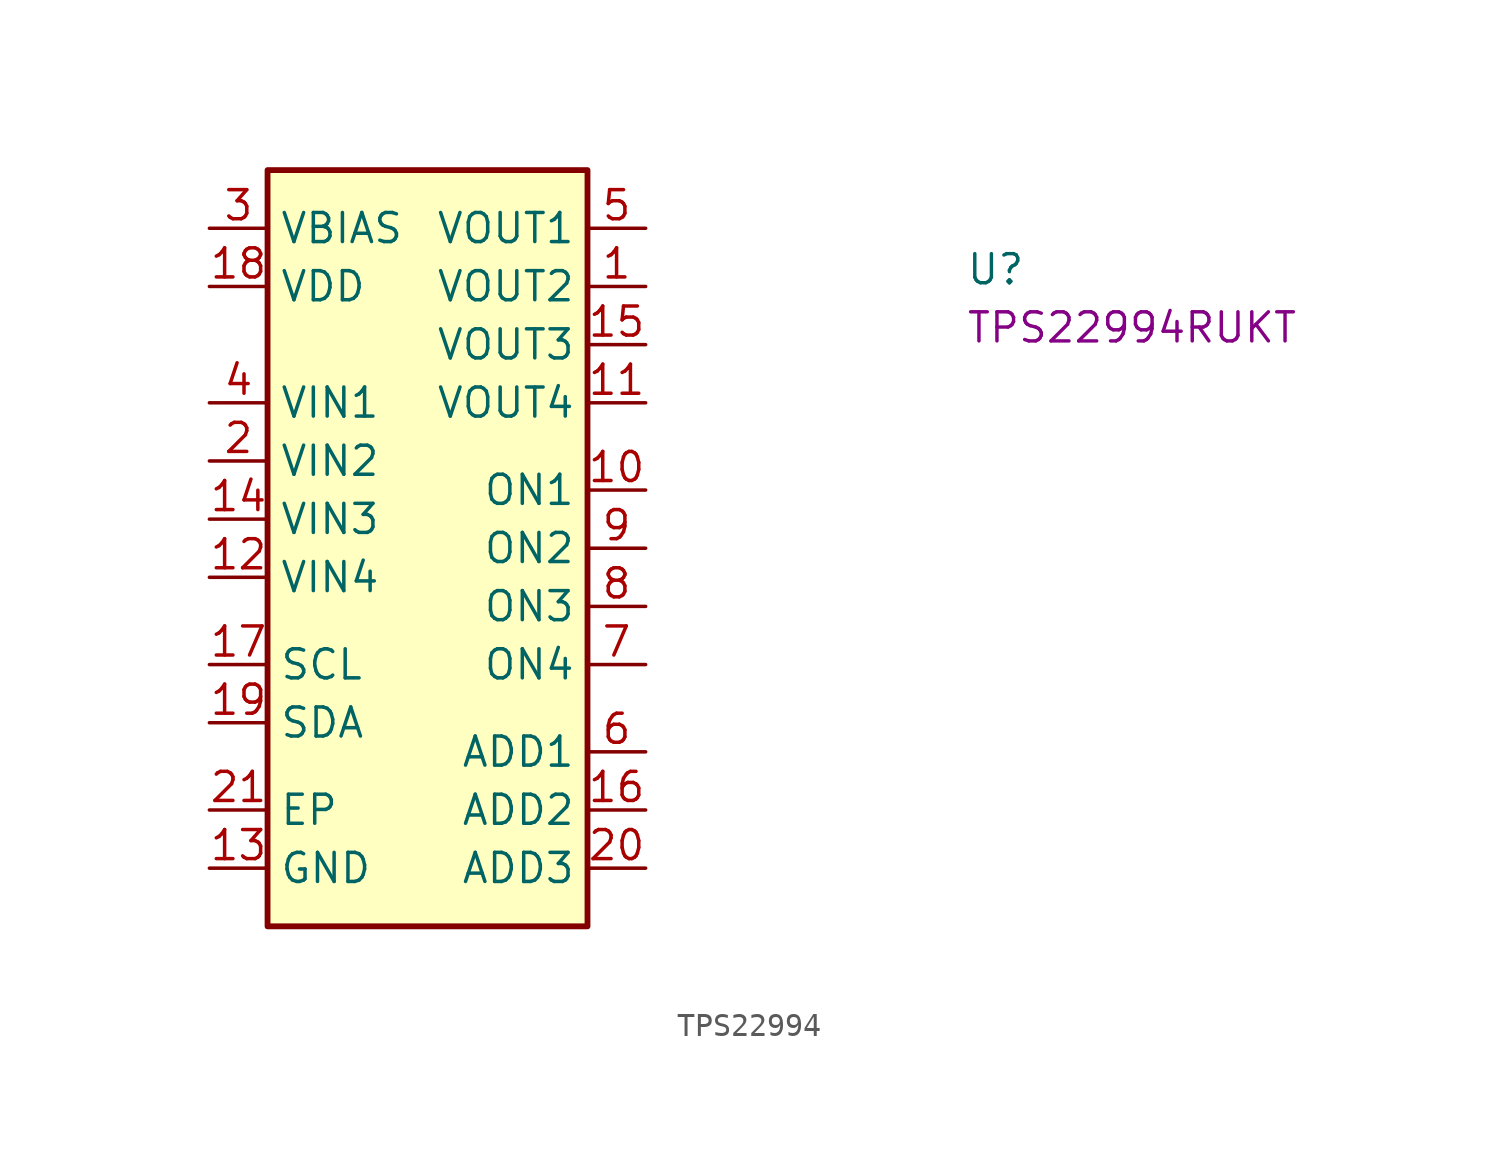
<source format=kicad_sym>
(kicad_symbol_lib
  (version 20220914)
  (generator kicad_symbol_editor)
  (symbol "TPS22994"
    (property "Reference" "U"
      (at 33.02 -2.54 0)
      (effects (font (size 1.27 1.27) (thickness 0.15)) (justify left bottom)))
    (property "MPN" "TPS22994RUKT"
      (at 33.02 -5.08 0)
      (effects (font (size 1.27 1.27) (thickness 0.15)) (justify left bottom)))
    (symbol "TPS22994_1_1"
      (rectangle (start 2.54 2.54) (end 16.51 -30.48) (stroke (width 0.254) (type default)) (fill (type background)))
      (pin power_out line (at 19.05 -2.54 180) (length 2.54) (name "VOUT2" (effects (font (size 1.27 1.27)))) (number "1" (effects (font (size 1.27 1.27)))))
      (pin input line (at 19.05 -11.43 180) (length 2.54) (name "ON1" (effects (font (size 1.27 1.27)))) (number "10" (effects (font (size 1.27 1.27)))))
      (pin power_out line (at 19.05 -7.62 180) (length 2.54) (name "VOUT4" (effects (font (size 1.27 1.27)))) (number "11" (effects (font (size 1.27 1.27)))))
      (pin power_in line (at 0 -15.24 0) (length 2.54) (name "VIN4" (effects (font (size 1.27 1.27)))) (number "12" (effects (font (size 1.27 1.27)))))
      (pin power_in line (at 0 -27.94 0) (length 2.54) (name "GND" (effects (font (size 1.27 1.27)))) (number "13" (effects (font (size 1.27 1.27)))))
      (pin power_in line (at 0 -12.7 0) (length 2.54) (name "VIN3" (effects (font (size 1.27 1.27)))) (number "14" (effects (font (size 1.27 1.27)))))
      (pin power_out line (at 19.05 -5.08 180) (length 2.54) (name "VOUT3" (effects (font (size 1.27 1.27)))) (number "15" (effects (font (size 1.27 1.27)))))
      (pin input line (at 19.05 -25.4 180) (length 2.54) (name "ADD2" (effects (font (size 1.27 1.27)))) (number "16" (effects (font (size 1.27 1.27)))))
      (pin input line (at 0 -19.05 0) (length 2.54) (name "SCL" (effects (font (size 1.27 1.27)))) (number "17" (effects (font (size 1.27 1.27)))))
      (pin power_in line (at 0 -2.54 0) (length 2.54) (name "VDD" (effects (font (size 1.27 1.27)))) (number "18" (effects (font (size 1.27 1.27)))))
      (pin bidirectional line (at 0 -21.59 0) (length 2.54) (name "SDA" (effects (font (size 1.27 1.27)))) (number "19" (effects (font (size 1.27 1.27)))))
      (pin power_in line (at 0 -10.16 0) (length 2.54) (name "VIN2" (effects (font (size 1.27 1.27)))) (number "2" (effects (font (size 1.27 1.27)))))
      (pin input line (at 19.05 -27.94 180) (length 2.54) (name "ADD3" (effects (font (size 1.27 1.27)))) (number "20" (effects (font (size 1.27 1.27)))))
      (pin passive line (at 0 -25.4 0) (length 2.54) (name "EP" (effects (font (size 1.27 1.27)))) (number "21" (effects (font (size 1.27 1.27)))))
      (pin power_in line (at 0 0 0) (length 2.54) (name "VBIAS" (effects (font (size 1.27 1.27)))) (number "3" (effects (font (size 1.27 1.27)))))
      (pin power_in line (at 0 -7.62 0) (length 2.54) (name "VIN1" (effects (font (size 1.27 1.27)))) (number "4" (effects (font (size 1.27 1.27)))))
      (pin power_out line (at 19.05 0 180) (length 2.54) (name "VOUT1" (effects (font (size 1.27 1.27)))) (number "5" (effects (font (size 1.27 1.27)))))
      (pin input line (at 19.05 -22.86 180) (length 2.54) (name "ADD1" (effects (font (size 1.27 1.27)))) (number "6" (effects (font (size 1.27 1.27)))))
      (pin input line (at 19.05 -19.05 180) (length 2.54) (name "ON4" (effects (font (size 1.27 1.27)))) (number "7" (effects (font (size 1.27 1.27)))))
      (pin input line (at 19.05 -16.51 180) (length 2.54) (name "ON3" (effects (font (size 1.27 1.27)))) (number "8" (effects (font (size 1.27 1.27)))))
      (pin input line (at 19.05 -13.97 180) (length 2.54) (name "ON2" (effects (font (size 1.27 1.27)))) (number "9" (effects (font (size 1.27 1.27))))))))
</source>
